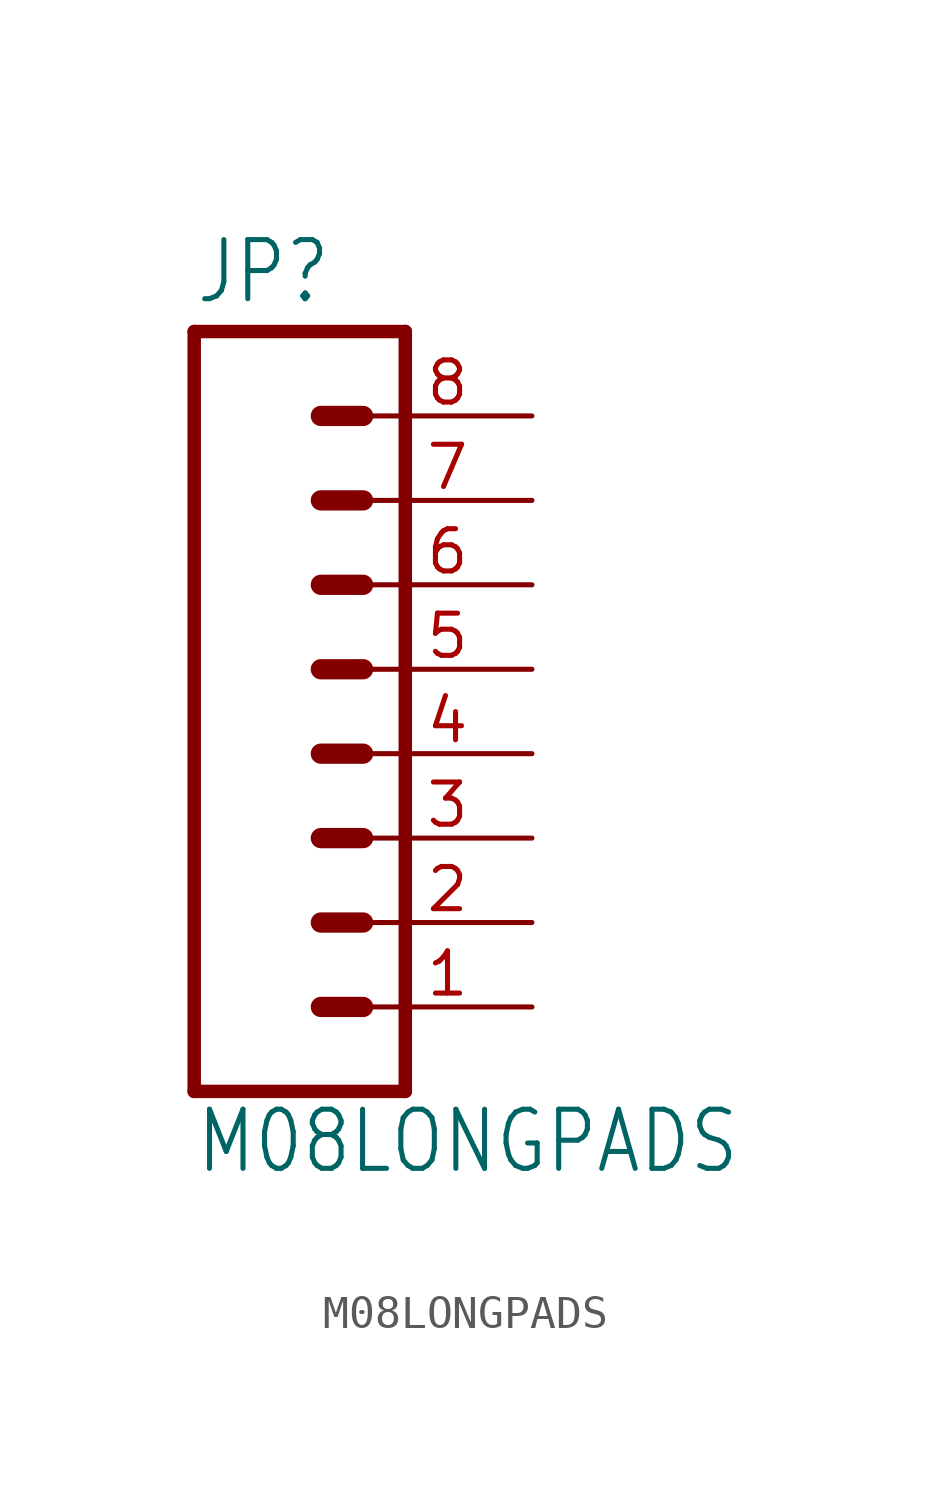
<source format=kicad_sym>
(kicad_symbol_lib
  (version 20211014)
  (generator kicad_symbol_editor)
  (symbol "M08LONGPADS"
    (property "Reference" "JP"
      (at -5.08 13.462 0)
      (effects (font (size 1.778 1.511)) (justify left bottom)))
    (property "Value" "M08LONGPADS"
      (at -5.08 -12.7 0)
      (effects (font (size 1.778 1.511)) (justify left bottom)))
    (property "ki_locked" ""
      (at 0 0 0)
      (effects (font (size 1.27 1.27))))
    (symbol "M08LONGPADS_1_0"
      (polyline (pts (xy -5.08 12.7) (xy -5.08 -10.16)) (stroke (width 0.406) (type default) (color 0 0 0 0)) (fill (type none)))
      (polyline (pts (xy -5.08 12.7) (xy 1.27 12.7)) (stroke (width 0.406) (type default) (color 0 0 0 0)) (fill (type none)))
      (polyline (pts (xy -1.27 -7.62) (xy 0 -7.62)) (stroke (width 0.61) (type default) (color 0 0 0 0)) (fill (type none)))
      (polyline (pts (xy -1.27 -5.08) (xy 0 -5.08)) (stroke (width 0.61) (type default) (color 0 0 0 0)) (fill (type none)))
      (polyline (pts (xy -1.27 -2.54) (xy 0 -2.54)) (stroke (width 0.61) (type default) (color 0 0 0 0)) (fill (type none)))
      (polyline (pts (xy -1.27 0) (xy 0 0)) (stroke (width 0.61) (type default) (color 0 0 0 0)) (fill (type none)))
      (polyline (pts (xy -1.27 2.54) (xy 0 2.54)) (stroke (width 0.61) (type default) (color 0 0 0 0)) (fill (type none)))
      (polyline (pts (xy -1.27 5.08) (xy 0 5.08)) (stroke (width 0.61) (type default) (color 0 0 0 0)) (fill (type none)))
      (polyline (pts (xy -1.27 7.62) (xy 0 7.62)) (stroke (width 0.61) (type default) (color 0 0 0 0)) (fill (type none)))
      (polyline (pts (xy -1.27 10.16) (xy 0 10.16)) (stroke (width 0.61) (type default) (color 0 0 0 0)) (fill (type none)))
      (polyline (pts (xy 1.27 -10.16) (xy -5.08 -10.16)) (stroke (width 0.406) (type default) (color 0 0 0 0)) (fill (type none)))
      (polyline (pts (xy 1.27 -10.16) (xy 1.27 12.7)) (stroke (width 0.406) (type default) (color 0 0 0 0)) (fill (type none)))
      (pin passive line (at 5.08 -7.62 180) (length 5.08) (name "1" (effects (font (size 0 0)))) (number "1" (effects (font (size 1.27 1.27)))))
      (pin passive line (at 5.08 -5.08 180) (length 5.08) (name "2" (effects (font (size 0 0)))) (number "2" (effects (font (size 1.27 1.27)))))
      (pin passive line (at 5.08 -2.54 180) (length 5.08) (name "3" (effects (font (size 0 0)))) (number "3" (effects (font (size 1.27 1.27)))))
      (pin passive line (at 5.08 0 180) (length 5.08) (name "4" (effects (font (size 0 0)))) (number "4" (effects (font (size 1.27 1.27)))))
      (pin passive line (at 5.08 2.54 180) (length 5.08) (name "5" (effects (font (size 0 0)))) (number "5" (effects (font (size 1.27 1.27)))))
      (pin passive line (at 5.08 5.08 180) (length 5.08) (name "6" (effects (font (size 0 0)))) (number "6" (effects (font (size 1.27 1.27)))))
      (pin passive line (at 5.08 7.62 180) (length 5.08) (name "7" (effects (font (size 0 0)))) (number "7" (effects (font (size 1.27 1.27)))))
      (pin passive line (at 5.08 10.16 180) (length 5.08) (name "8" (effects (font (size 0 0)))) (number "8" (effects (font (size 1.27 1.27))))))))
</source>
